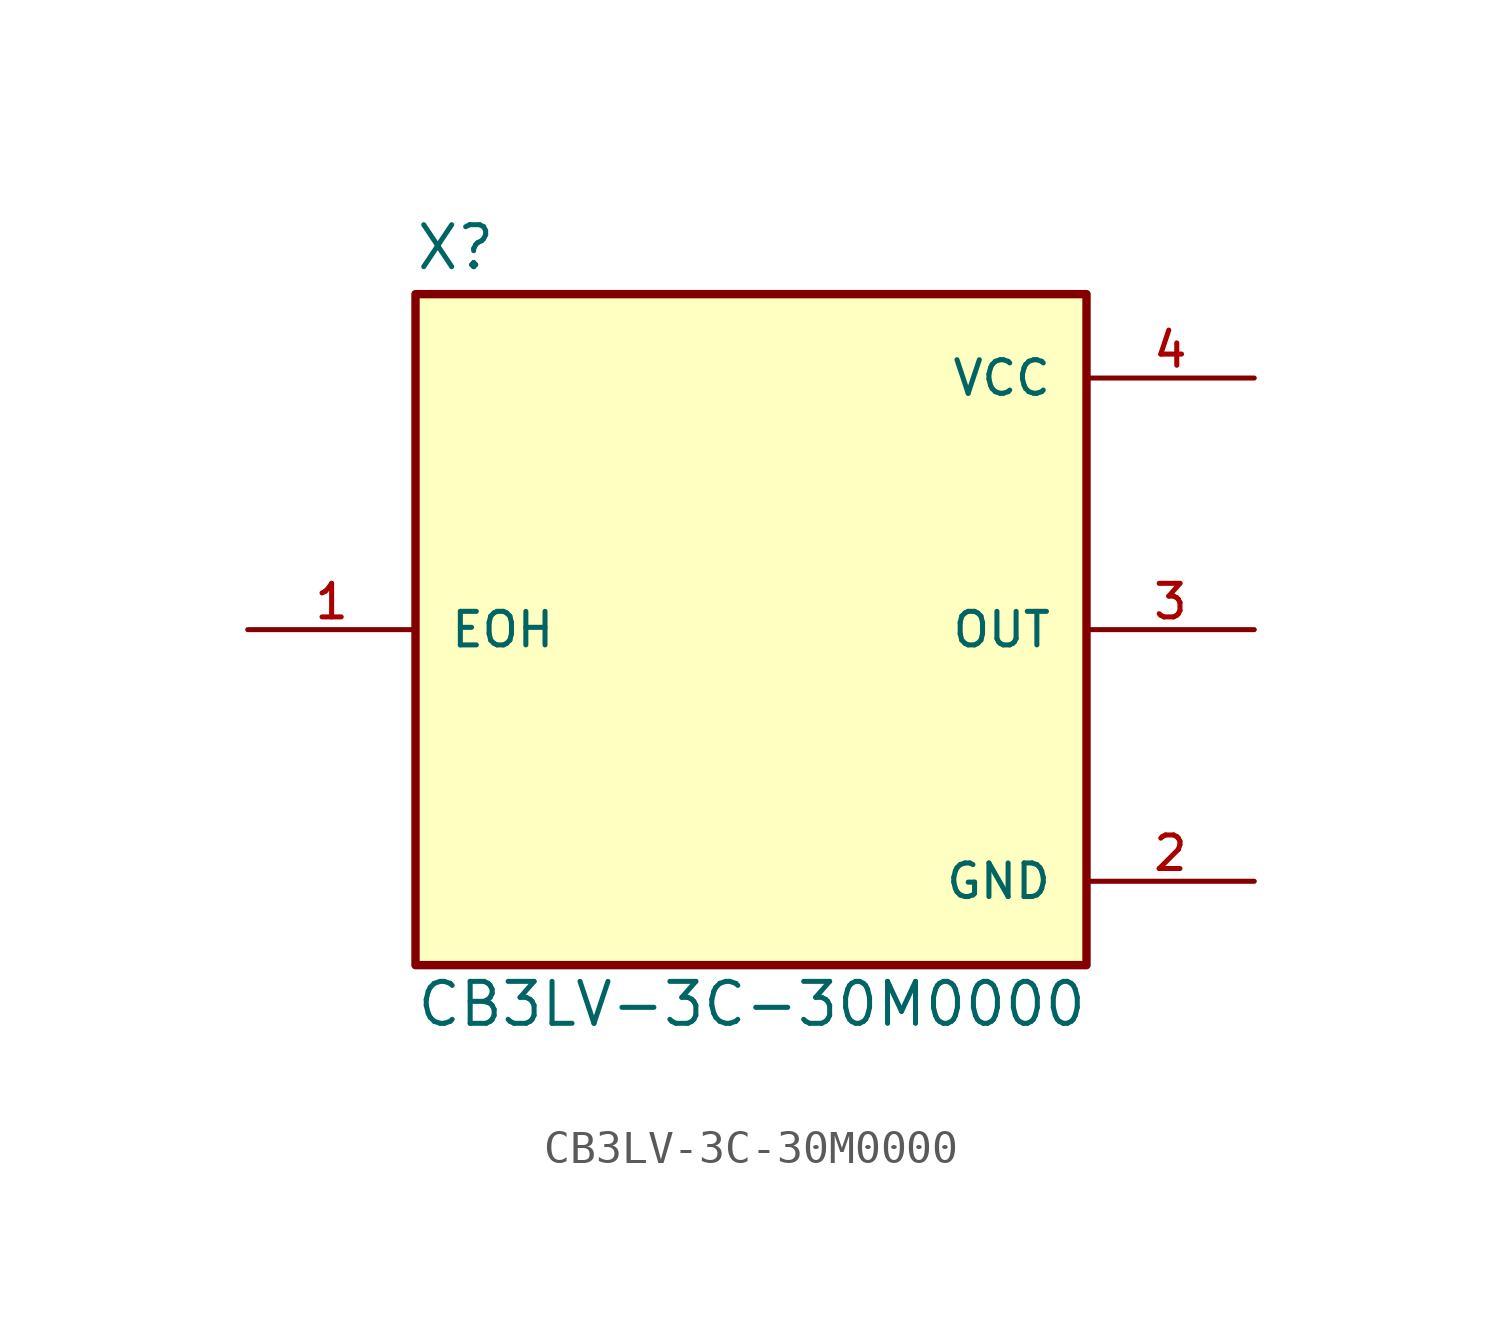
<source format=kicad_sym>
(kicad_symbol_lib
  (version 20211014)
  (generator kicad_symbol_editor)
  (symbol "CB3LV-3C-30M0000"
    (pin_names
      (offset 1.016))
    (property "Reference" "X"
      (at -10.192 10.829 0)
      (effects (font (size 1.27 1.27)) (justify bottom left)))
    (property "Value" "CB3LV-3C-30M0000"
      (at -10.177 -12.085 0)
      (effects (font (size 1.27 1.27)) (justify bottom left)))
    (symbol "CB3LV-3C-30M0000_0_0"
      (rectangle (start -10.16 -10.16) (end 10.16 10.16) (stroke (width 0.254)) (fill (type background)))
      (pin input line (at -15.24 0.0 0) (length 5.08) (name "EOH" (effects (font (size 1.016 1.016)))) (number "1" (effects (font (size 1.016 1.016)))))
      (pin output line (at 15.24 0.0 180.0) (length 5.08) (name "OUT" (effects (font (size 1.016 1.016)))) (number "3" (effects (font (size 1.016 1.016)))))
      (pin power_in line (at 15.24 7.62 180.0) (length 5.08) (name "VCC" (effects (font (size 1.016 1.016)))) (number "4" (effects (font (size 1.016 1.016)))))
      (pin passive line (at 15.24 -7.62 180.0) (length 5.08) (name "GND" (effects (font (size 1.016 1.016)))) (number "2" (effects (font (size 1.016 1.016))))))))
</source>
